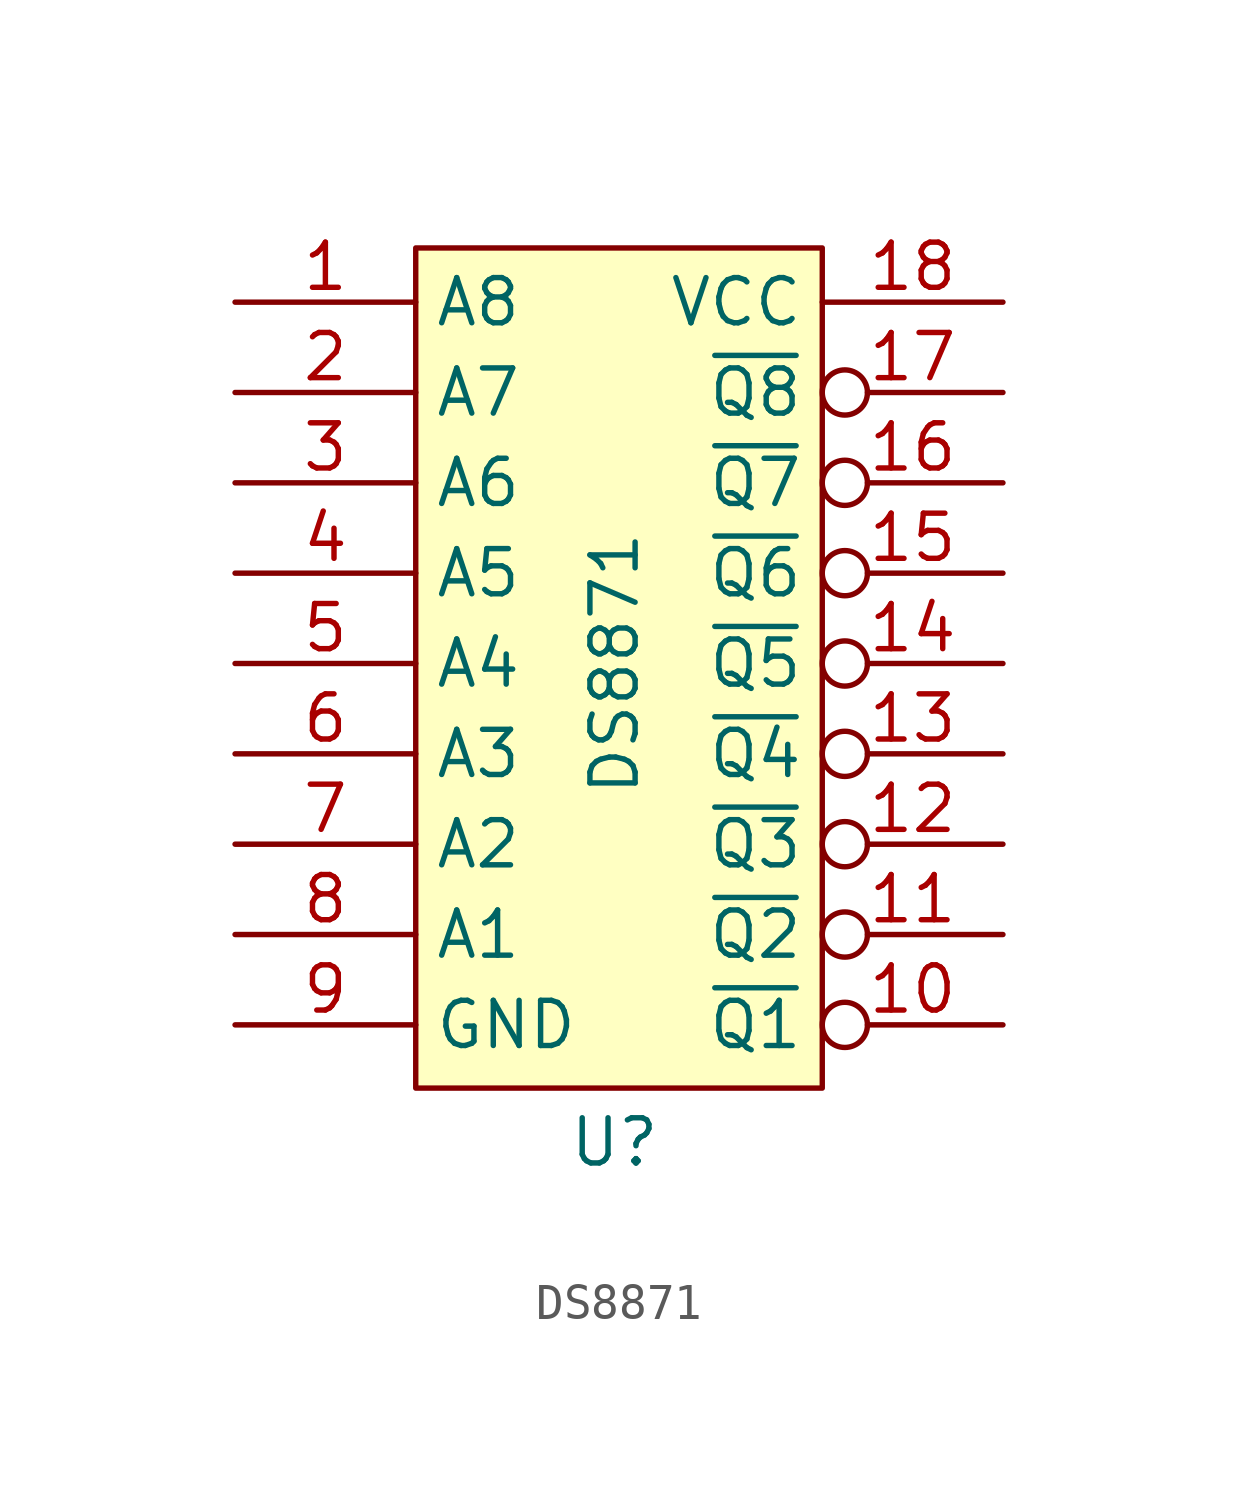
<source format=kicad_sym>
(kicad_symbol_lib
  (version 20211014)
  (generator kicad_symbol_editor)
  (symbol "DS8871"
    (property "Reference" "U"
      (at 10.668 -23.622 0)
      (effects (font (size 1.27 1.27))))
    (property "Value" "DS8871"
      (at 10.668 -10.16 90)
      (effects (font (size 1.27 1.27))))
    (symbol "DS8871_0_0"
      (pin input line (at 0 0 0) (length 5.08) (name "A8" (effects (font (size 1.27 1.27)))) (number "1" (effects (font (size 1.27 1.27)))))
      (pin output inverted (at 21.59 -20.32 180) (length 5.08) (name "~{Q1}" (effects (font (size 1.27 1.27)))) (number "10" (effects (font (size 1.27 1.27)))))
      (pin output inverted (at 21.59 -17.78 180) (length 5.08) (name "~{Q2}" (effects (font (size 1.27 1.27)))) (number "11" (effects (font (size 1.27 1.27)))))
      (pin output inverted (at 21.59 -15.24 180) (length 5.08) (name "~{Q3}" (effects (font (size 1.27 1.27)))) (number "12" (effects (font (size 1.27 1.27)))))
      (pin output inverted (at 21.59 -12.7 180) (length 5.08) (name "~{Q4}" (effects (font (size 1.27 1.27)))) (number "13" (effects (font (size 1.27 1.27)))))
      (pin output inverted (at 21.59 -10.16 180) (length 5.08) (name "~{Q5}" (effects (font (size 1.27 1.27)))) (number "14" (effects (font (size 1.27 1.27)))))
      (pin output inverted (at 21.59 -7.62 180) (length 5.08) (name "~{Q6}" (effects (font (size 1.27 1.27)))) (number "15" (effects (font (size 1.27 1.27)))))
      (pin output inverted (at 21.59 -5.08 180) (length 5.08) (name "~{Q7}" (effects (font (size 1.27 1.27)))) (number "16" (effects (font (size 1.27 1.27)))))
      (pin output inverted (at 21.59 -2.54 180) (length 5.08) (name "~{Q8}" (effects (font (size 1.27 1.27)))) (number "17" (effects (font (size 1.27 1.27)))))
      (pin power_in line (at 21.59 0 180) (length 5.08) (name "VCC" (effects (font (size 1.27 1.27)))) (number "18" (effects (font (size 1.27 1.27)))))
      (pin input line (at 0 -2.54 0) (length 5.08) (name "A7" (effects (font (size 1.27 1.27)))) (number "2" (effects (font (size 1.27 1.27)))))
      (pin input line (at 0 -5.08 0) (length 5.08) (name "A6" (effects (font (size 1.27 1.27)))) (number "3" (effects (font (size 1.27 1.27)))))
      (pin input line (at 0 -7.62 0) (length 5.08) (name "A5" (effects (font (size 1.27 1.27)))) (number "4" (effects (font (size 1.27 1.27)))))
      (pin input line (at 0 -10.16 0) (length 5.08) (name "A4" (effects (font (size 1.27 1.27)))) (number "5" (effects (font (size 1.27 1.27)))))
      (pin input line (at 0 -12.7 0) (length 5.08) (name "A3" (effects (font (size 1.27 1.27)))) (number "6" (effects (font (size 1.27 1.27)))))
      (pin input line (at 0 -15.24 0) (length 5.08) (name "A2" (effects (font (size 1.27 1.27)))) (number "7" (effects (font (size 1.27 1.27)))))
      (pin input line (at 0 -17.78 0) (length 5.08) (name "A1" (effects (font (size 1.27 1.27)))) (number "8" (effects (font (size 1.27 1.27)))))
      (pin power_in line (at 0 -20.32 0) (length 5.08) (name "GND" (effects (font (size 1.27 1.27)))) (number "9" (effects (font (size 1.27 1.27))))))
    (symbol "DS8871_0_1"
      (rectangle (start 5.08 1.524) (end 16.51 -22.098) (stroke (width 0.152) (type default) (color 0 0 0 0)) (fill (type background))))))
</source>
